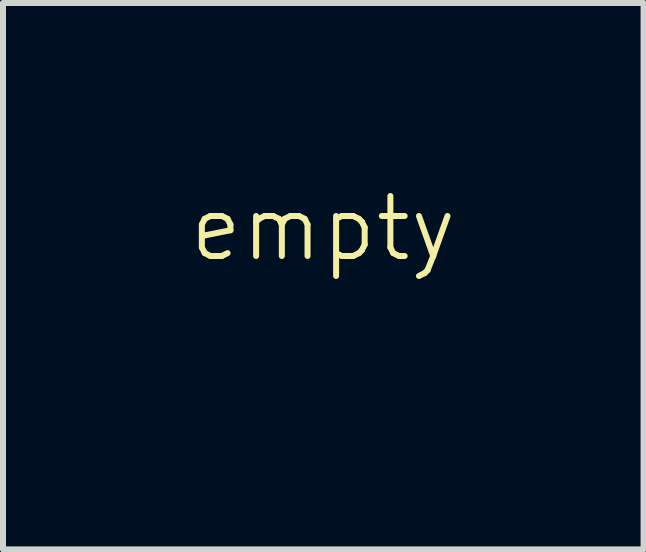
<source format=kicad_pcb>
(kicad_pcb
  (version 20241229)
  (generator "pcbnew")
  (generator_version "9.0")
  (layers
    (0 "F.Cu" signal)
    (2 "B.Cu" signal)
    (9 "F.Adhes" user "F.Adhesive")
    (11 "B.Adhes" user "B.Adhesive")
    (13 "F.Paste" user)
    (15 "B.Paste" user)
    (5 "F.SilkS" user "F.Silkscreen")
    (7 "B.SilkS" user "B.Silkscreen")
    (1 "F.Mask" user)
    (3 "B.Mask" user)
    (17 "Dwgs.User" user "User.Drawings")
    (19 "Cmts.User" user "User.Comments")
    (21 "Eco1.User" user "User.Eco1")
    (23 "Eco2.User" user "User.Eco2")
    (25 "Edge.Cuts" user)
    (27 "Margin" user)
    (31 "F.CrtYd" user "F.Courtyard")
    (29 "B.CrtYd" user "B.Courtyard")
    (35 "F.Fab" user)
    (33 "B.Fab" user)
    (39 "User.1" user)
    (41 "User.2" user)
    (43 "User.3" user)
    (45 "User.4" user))
  (footprint "empty"
    (layer "F.Cu")
    (at 2.339 1.26)
    (property "Reference" "empty" (at 0 -0.5 0) (unlocked yes) (layer "F.SilkS") (effects (font (size 1 1) (thickness 0.1))))
    (attr smd))
  (gr_rect
    (start -3 -3)
    (end 7.679 6.109)
    (stroke (width 0.1) (type default))
    (fill no)
    (layer "Edge.Cuts")))
</source>
